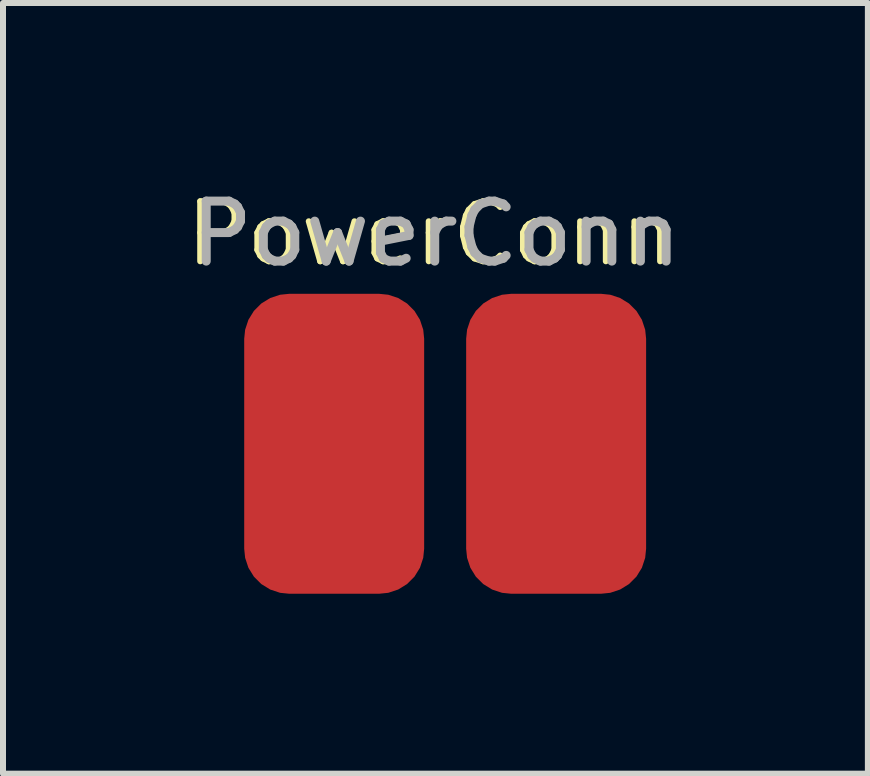
<source format=kicad_pcb>
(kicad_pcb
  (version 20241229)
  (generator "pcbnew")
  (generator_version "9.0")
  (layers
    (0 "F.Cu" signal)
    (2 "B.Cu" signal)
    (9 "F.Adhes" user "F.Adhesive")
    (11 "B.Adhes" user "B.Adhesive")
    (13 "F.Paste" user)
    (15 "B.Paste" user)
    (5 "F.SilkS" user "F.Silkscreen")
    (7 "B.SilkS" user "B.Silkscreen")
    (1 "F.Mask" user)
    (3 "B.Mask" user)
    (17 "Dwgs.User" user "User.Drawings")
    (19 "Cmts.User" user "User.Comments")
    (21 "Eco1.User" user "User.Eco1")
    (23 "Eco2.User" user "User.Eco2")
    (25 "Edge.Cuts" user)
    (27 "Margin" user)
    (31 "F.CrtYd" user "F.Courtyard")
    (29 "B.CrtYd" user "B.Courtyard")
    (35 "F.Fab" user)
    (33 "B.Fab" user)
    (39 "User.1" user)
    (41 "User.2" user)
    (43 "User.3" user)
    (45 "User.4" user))
  (footprint "PowerConn"
    (layer "F.Cu")
    (at 4.321 4.348)
    (property "Reference" "PowerConn" (at -0.2 -3.5 0) (unlocked yes) (layer "F.SilkS") (effects (font (size 1 1) (thickness 0.1))))
    (attr smd)
    (fp_text user "${REFERENCE}" (at -0.1 -3.5 0) (unlocked yes) (layer "F.Fab") (effects (font (size 1 1) (thickness 0.15))))
    (pad "1" smd roundrect (at -1.8 0 180) (size 3 5) (layers "F.Cu" "F.Mask" "F.Paste") (roundrect_rratio 0.25))
    (pad "2" smd roundrect (at 1.9 0 180) (size 3 5) (layers "F.Cu" "F.Mask" "F.Paste") (roundrect_rratio 0.25)))
  (gr_rect
    (start -3 -3)
    (end 11.418 9.848)
    (stroke (width 0.1) (type default))
    (fill no)
    (layer "Edge.Cuts")))
</source>
